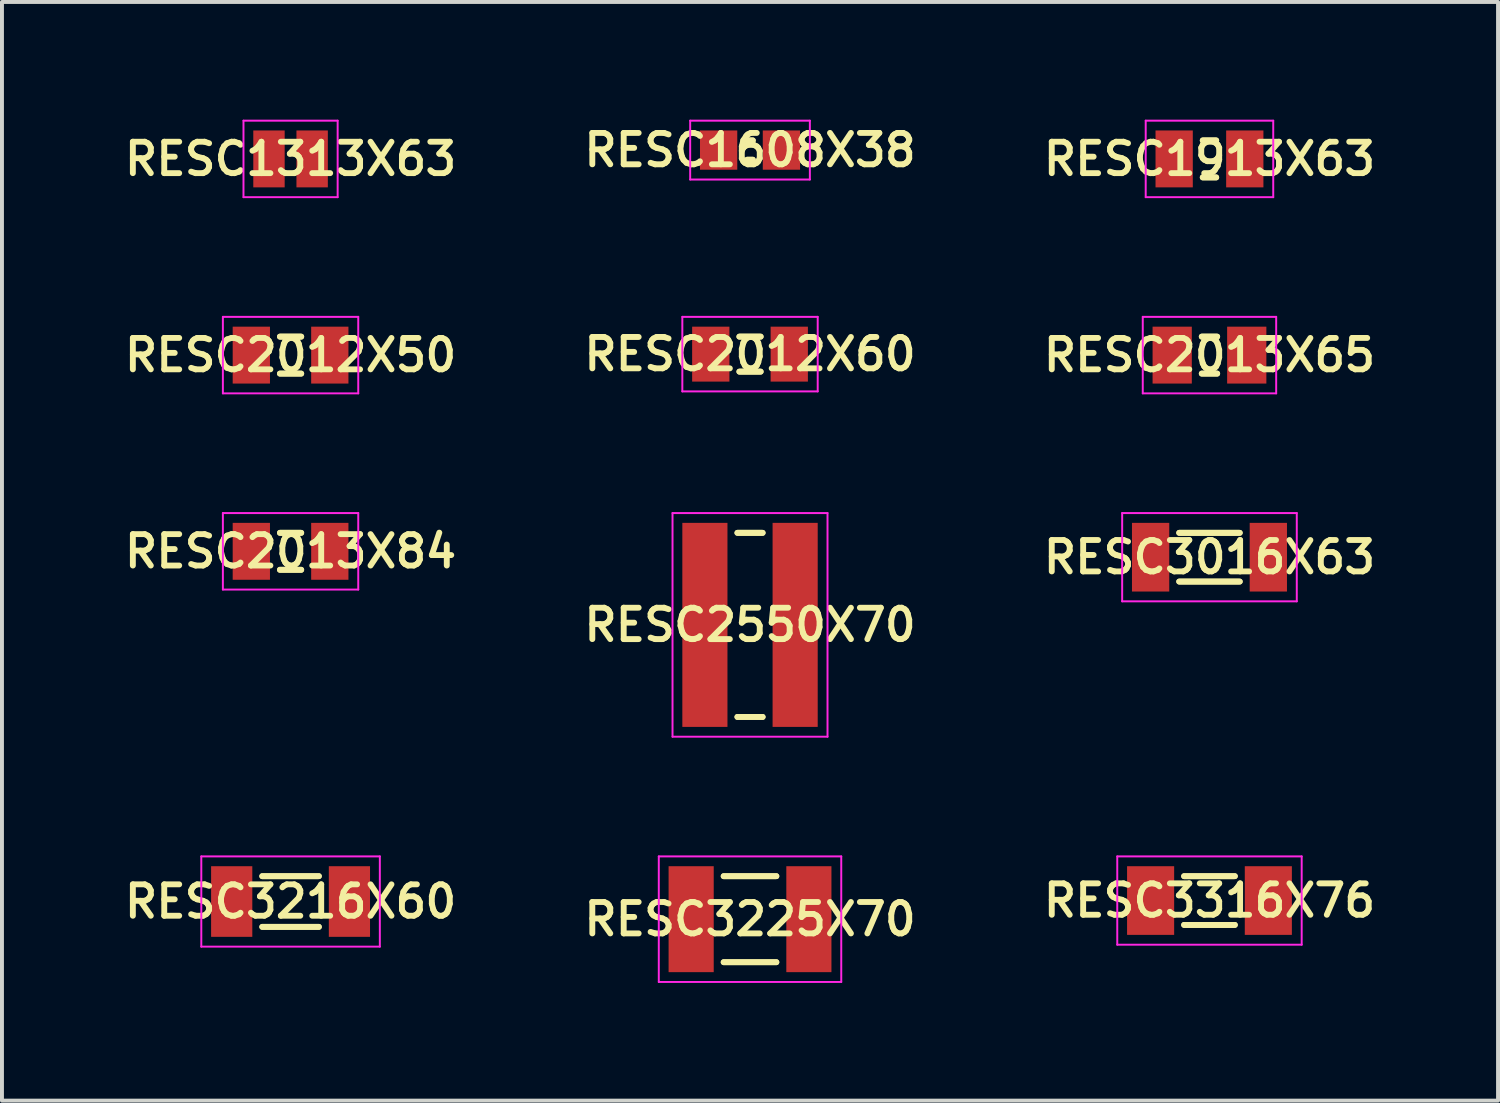
<source format=kicad_pcb>
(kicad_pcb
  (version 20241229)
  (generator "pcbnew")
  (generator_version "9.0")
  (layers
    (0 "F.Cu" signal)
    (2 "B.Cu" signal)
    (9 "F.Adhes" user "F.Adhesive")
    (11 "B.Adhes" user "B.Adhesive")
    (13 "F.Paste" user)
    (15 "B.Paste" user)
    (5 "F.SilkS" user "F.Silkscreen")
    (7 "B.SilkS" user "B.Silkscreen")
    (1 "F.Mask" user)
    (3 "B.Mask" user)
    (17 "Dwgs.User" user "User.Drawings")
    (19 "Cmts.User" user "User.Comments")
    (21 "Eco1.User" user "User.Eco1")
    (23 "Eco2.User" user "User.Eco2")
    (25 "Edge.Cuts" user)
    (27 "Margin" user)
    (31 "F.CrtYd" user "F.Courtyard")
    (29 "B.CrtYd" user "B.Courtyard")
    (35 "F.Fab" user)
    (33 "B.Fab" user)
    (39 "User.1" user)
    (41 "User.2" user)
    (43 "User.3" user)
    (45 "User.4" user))
  (footprint "RESC1913X63"
    (layer "F.Cu")
    (at 27.773 1)
    (property "Reference" "RESC1913X63" (at 0 0 0) (layer "F.SilkS") (effects (font (size 0.8 0.8) (thickness 0.15))))
    (attr smd)
    (fp_line (start -0.171 -0.471) (end 0.171 -0.471) (stroke (width 0.15) (type solid)) (layer "F.SilkS"))
    (fp_line (start -0.171 0.471) (end 0.171 0.471) (stroke (width 0.15) (type solid)) (layer "F.SilkS"))
    (fp_line (start 0.171 -0.471) (end -0.171 -0.471) (stroke (width 0.15) (type solid)) (layer "F.SilkS"))
    (fp_line (start 0.171 0.471) (end -0.171 0.471) (stroke (width 0.15) (type solid)) (layer "F.SilkS"))
    (fp_line (start -1.625 -0.975) (end 1.625 -0.975) (stroke (width 0.05) (type solid)) (layer "F.CrtYd"))
    (fp_line (start -1.625 0.975) (end -1.625 -0.975) (stroke (width 0.05) (type solid)) (layer "F.CrtYd"))
    (fp_line (start 1.625 -0.975) (end 1.625 0.975) (stroke (width 0.05) (type solid)) (layer "F.CrtYd"))
    (fp_line (start 1.625 0.975) (end -1.625 0.975) (stroke (width 0.05) (type solid)) (layer "F.CrtYd"))
    (pad "1" smd rect (at -0.9 0) (size 0.95 1.45) (layers "F.Cu" "F.Mask" "F.Paste"))
    (pad "2" smd rect (at 0.9 0) (size 0.95 1.45) (layers "F.Cu" "F.Mask" "F.Paste")))
  (footprint "RESC3316X76"
    (layer "F.Cu")
    (at 27.773 19.9)
    (property "Reference" "RESC3316X76" (at 0 0 0) (layer "F.SilkS") (effects (font (size 0.8 0.8) (thickness 0.15))))
    (attr smd)
    (fp_line (start -0.646 -0.621) (end 0.646 -0.621) (stroke (width 0.15) (type solid)) (layer "F.SilkS"))
    (fp_line (start -0.646 0.621) (end 0.646 0.621) (stroke (width 0.15) (type solid)) (layer "F.SilkS"))
    (fp_line (start 0.646 -0.621) (end -0.646 -0.621) (stroke (width 0.15) (type solid)) (layer "F.SilkS"))
    (fp_line (start 0.646 0.621) (end -0.646 0.621) (stroke (width 0.15) (type solid)) (layer "F.SilkS"))
    (fp_line (start -2.35 -1.125) (end 2.35 -1.125) (stroke (width 0.05) (type solid)) (layer "F.CrtYd"))
    (fp_line (start -2.35 1.125) (end -2.35 -1.125) (stroke (width 0.05) (type solid)) (layer "F.CrtYd"))
    (fp_line (start 2.35 -1.125) (end 2.35 1.125) (stroke (width 0.05) (type solid)) (layer "F.CrtYd"))
    (fp_line (start 2.35 1.125) (end -2.35 1.125) (stroke (width 0.05) (type solid)) (layer "F.CrtYd"))
    (pad "1" smd rect (at -1.5 0) (size 1.2 1.75) (layers "F.Cu" "F.Mask" "F.Paste"))
    (pad "2" smd rect (at 1.5 0) (size 1.2 1.75) (layers "F.Cu" "F.Mask" "F.Paste")))
  (footprint "RESC3225X70"
    (layer "F.Cu")
    (at 16.064 20.375)
    (property "Reference" "RESC3225X70" (at 0 0 0) (layer "F.SilkS") (effects (font (size 0.8 0.8) (thickness 0.15))))
    (attr smd)
    (fp_line (start -0.671 -1.096) (end 0.671 -1.096) (stroke (width 0.15) (type solid)) (layer "F.SilkS"))
    (fp_line (start -0.671 1.096) (end 0.671 1.096) (stroke (width 0.15) (type solid)) (layer "F.SilkS"))
    (fp_line (start 0.671 -1.096) (end -0.671 -1.096) (stroke (width 0.15) (type solid)) (layer "F.SilkS"))
    (fp_line (start 0.671 1.096) (end -0.671 1.096) (stroke (width 0.15) (type solid)) (layer "F.SilkS"))
    (fp_line (start -2.325 -1.6) (end 2.325 -1.6) (stroke (width 0.05) (type solid)) (layer "F.CrtYd"))
    (fp_line (start -2.325 1.6) (end -2.325 -1.6) (stroke (width 0.05) (type solid)) (layer "F.CrtYd"))
    (fp_line (start 2.325 -1.6) (end 2.325 1.6) (stroke (width 0.05) (type solid)) (layer "F.CrtYd"))
    (fp_line (start 2.325 1.6) (end -2.325 1.6) (stroke (width 0.05) (type solid)) (layer "F.CrtYd"))
    (pad "1" smd rect (at -1.5 0) (size 1.15 2.7) (layers "F.Cu" "F.Mask" "F.Paste"))
    (pad "2" smd rect (at 1.5 0) (size 1.15 2.7) (layers "F.Cu" "F.Mask" "F.Paste")))
  (footprint "RESC1608X38"
    (layer "F.Cu")
    (at 16.064 0.775)
    (property "Reference" "RESC1608X38" (at 0 0 0) (layer "F.SilkS") (effects (font (size 0.8 0.8) (thickness 0.15))))
    (attr smd)
    (fp_line (start -0.071 -0.246) (end 0.071 -0.246) (stroke (width 0.15) (type solid)) (layer "F.SilkS"))
    (fp_line (start -0.071 0.246) (end 0.071 0.246) (stroke (width 0.15) (type solid)) (layer "F.SilkS"))
    (fp_line (start 0.071 -0.246) (end -0.071 -0.246) (stroke (width 0.15) (type solid)) (layer "F.SilkS"))
    (fp_line (start 0.071 0.246) (end -0.071 0.246) (stroke (width 0.15) (type solid)) (layer "F.SilkS"))
    (fp_line (start -1.525 -0.75) (end 1.525 -0.75) (stroke (width 0.05) (type solid)) (layer "F.CrtYd"))
    (fp_line (start -1.525 0.75) (end -1.525 -0.75) (stroke (width 0.05) (type solid)) (layer "F.CrtYd"))
    (fp_line (start 1.525 -0.75) (end 1.525 0.75) (stroke (width 0.05) (type solid)) (layer "F.CrtYd"))
    (fp_line (start 1.525 0.75) (end -1.525 0.75) (stroke (width 0.05) (type solid)) (layer "F.CrtYd"))
    (pad "1" smd rect (at -0.8 0) (size 0.95 1) (layers "F.Cu" "F.Mask" "F.Paste"))
    (pad "2" smd rect (at 0.8 0) (size 0.95 1) (layers "F.Cu" "F.Mask" "F.Paste")))
  (footprint "RESC2550X70"
    (layer "F.Cu")
    (at 16.064 12.875)
    (property "Reference" "RESC2550X70" (at 0 0 0) (layer "F.SilkS") (effects (font (size 0.8 0.8) (thickness 0.15))))
    (attr smd)
    (fp_line (start -0.321 -2.346) (end 0.321 -2.346) (stroke (width 0.15) (type solid)) (layer "F.SilkS"))
    (fp_line (start -0.321 2.346) (end 0.321 2.346) (stroke (width 0.15) (type solid)) (layer "F.SilkS"))
    (fp_line (start 0.321 -2.346) (end -0.321 -2.346) (stroke (width 0.15) (type solid)) (layer "F.SilkS"))
    (fp_line (start 0.321 2.346) (end -0.321 2.346) (stroke (width 0.15) (type solid)) (layer "F.SilkS"))
    (fp_line (start -1.975 -2.85) (end 1.975 -2.85) (stroke (width 0.05) (type solid)) (layer "F.CrtYd"))
    (fp_line (start -1.975 2.85) (end -1.975 -2.85) (stroke (width 0.05) (type solid)) (layer "F.CrtYd"))
    (fp_line (start 1.975 -2.85) (end 1.975 2.85) (stroke (width 0.05) (type solid)) (layer "F.CrtYd"))
    (fp_line (start 1.975 2.85) (end -1.975 2.85) (stroke (width 0.05) (type solid)) (layer "F.CrtYd"))
    (pad "1" smd rect (at -1.15 0) (size 1.15 5.2) (layers "F.Cu" "F.Mask" "F.Paste"))
    (pad "2" smd rect (at 1.15 0) (size 1.15 5.2) (layers "F.Cu" "F.Mask" "F.Paste")))
  (footprint "RESC2012X50"
    (layer "F.Cu")
    (at 4.355 6)
    (property "Reference" "RESC2012X50" (at 0 0 0) (layer "F.SilkS") (effects (font (size 0.8 0.8) (thickness 0.15))))
    (attr smd)
    (fp_line (start -0.271 -0.471) (end 0.271 -0.471) (stroke (width 0.15) (type solid)) (layer "F.SilkS"))
    (fp_line (start -0.271 0.471) (end 0.271 0.471) (stroke (width 0.15) (type solid)) (layer "F.SilkS"))
    (fp_line (start 0.271 -0.471) (end -0.271 -0.471) (stroke (width 0.15) (type solid)) (layer "F.SilkS"))
    (fp_line (start 0.271 0.471) (end -0.271 0.471) (stroke (width 0.15) (type solid)) (layer "F.SilkS"))
    (fp_line (start -1.725 -0.975) (end 1.725 -0.975) (stroke (width 0.05) (type solid)) (layer "F.CrtYd"))
    (fp_line (start -1.725 0.975) (end -1.725 -0.975) (stroke (width 0.05) (type solid)) (layer "F.CrtYd"))
    (fp_line (start 1.725 -0.975) (end 1.725 0.975) (stroke (width 0.05) (type solid)) (layer "F.CrtYd"))
    (fp_line (start 1.725 0.975) (end -1.725 0.975) (stroke (width 0.05) (type solid)) (layer "F.CrtYd"))
    (pad "1" smd rect (at -1 0) (size 0.95 1.45) (layers "F.Cu" "F.Mask" "F.Paste"))
    (pad "2" smd rect (at 1 0) (size 0.95 1.45) (layers "F.Cu" "F.Mask" "F.Paste")))
  (footprint "RESC1313X63"
    (layer "F.Cu")
    (at 4.355 1)
    (property "Reference" "RESC1313X63" (at 0 0 0) (layer "F.SilkS") (effects (font (size 0.8 0.8) (thickness 0.15))))
    (attr smd)
    (fp_line (start -1.2 -0.975) (end 1.2 -0.975) (stroke (width 0.05) (type solid)) (layer "F.CrtYd"))
    (fp_line (start -1.2 0.975) (end -1.2 -0.975) (stroke (width 0.05) (type solid)) (layer "F.CrtYd"))
    (fp_line (start 1.2 -0.975) (end 1.2 0.975) (stroke (width 0.05) (type solid)) (layer "F.CrtYd"))
    (fp_line (start 1.2 0.975) (end -1.2 0.975) (stroke (width 0.05) (type solid)) (layer "F.CrtYd"))
    (pad "1" smd rect (at -0.55 0) (size 0.8 1.45) (layers "F.Cu" "F.Mask" "F.Paste"))
    (pad "2" smd rect (at 0.55 0) (size 0.8 1.45) (layers "F.Cu" "F.Mask" "F.Paste")))
  (footprint "RESC3016X63"
    (layer "F.Cu")
    (at 27.773 11.15)
    (property "Reference" "RESC3016X63" (at 0 0 0) (layer "F.SilkS") (effects (font (size 0.8 0.8) (thickness 0.15))))
    (attr smd)
    (fp_line (start -0.771 -0.621) (end 0.771 -0.621) (stroke (width 0.15) (type solid)) (layer "F.SilkS"))
    (fp_line (start -0.771 0.621) (end 0.771 0.621) (stroke (width 0.15) (type solid)) (layer "F.SilkS"))
    (fp_line (start 0.771 -0.621) (end -0.771 -0.621) (stroke (width 0.15) (type solid)) (layer "F.SilkS"))
    (fp_line (start 0.771 0.621) (end -0.771 0.621) (stroke (width 0.15) (type solid)) (layer "F.SilkS"))
    (fp_line (start -2.225 -1.125) (end 2.225 -1.125) (stroke (width 0.05) (type solid)) (layer "F.CrtYd"))
    (fp_line (start -2.225 1.125) (end -2.225 -1.125) (stroke (width 0.05) (type solid)) (layer "F.CrtYd"))
    (fp_line (start 2.225 -1.125) (end 2.225 1.125) (stroke (width 0.05) (type solid)) (layer "F.CrtYd"))
    (fp_line (start 2.225 1.125) (end -2.225 1.125) (stroke (width 0.05) (type solid)) (layer "F.CrtYd"))
    (pad "1" smd rect (at -1.5 0) (size 0.95 1.75) (layers "F.Cu" "F.Mask" "F.Paste"))
    (pad "2" smd rect (at 1.5 0) (size 0.95 1.75) (layers "F.Cu" "F.Mask" "F.Paste")))
  (footprint "RESC2013X84"
    (layer "F.Cu")
    (at 4.355 11)
    (property "Reference" "RESC2013X84" (at 0 0 0) (layer "F.SilkS") (effects (font (size 0.8 0.8) (thickness 0.15))))
    (attr smd)
    (fp_line (start -0.271 -0.471) (end 0.271 -0.471) (stroke (width 0.15) (type solid)) (layer "F.SilkS"))
    (fp_line (start -0.271 0.471) (end 0.271 0.471) (stroke (width 0.15) (type solid)) (layer "F.SilkS"))
    (fp_line (start 0.271 -0.471) (end -0.271 -0.471) (stroke (width 0.15) (type solid)) (layer "F.SilkS"))
    (fp_line (start 0.271 0.471) (end -0.271 0.471) (stroke (width 0.15) (type solid)) (layer "F.SilkS"))
    (fp_line (start -1.725 -0.975) (end 1.725 -0.975) (stroke (width 0.05) (type solid)) (layer "F.CrtYd"))
    (fp_line (start -1.725 0.975) (end -1.725 -0.975) (stroke (width 0.05) (type solid)) (layer "F.CrtYd"))
    (fp_line (start 1.725 -0.975) (end 1.725 0.975) (stroke (width 0.05) (type solid)) (layer "F.CrtYd"))
    (fp_line (start 1.725 0.975) (end -1.725 0.975) (stroke (width 0.05) (type solid)) (layer "F.CrtYd"))
    (pad "1" smd rect (at -1 0) (size 0.95 1.45) (layers "F.Cu" "F.Mask" "F.Paste"))
    (pad "2" smd rect (at 1 0) (size 0.95 1.45) (layers "F.Cu" "F.Mask" "F.Paste")))
  (footprint "RESC2012X60"
    (layer "F.Cu")
    (at 16.064 5.975)
    (property "Reference" "RESC2012X60" (at 0 0 0) (layer "F.SilkS") (effects (font (size 0.8 0.8) (thickness 0.15))))
    (attr smd)
    (fp_line (start -0.271 -0.446) (end 0.271 -0.446) (stroke (width 0.15) (type solid)) (layer "F.SilkS"))
    (fp_line (start -0.271 0.446) (end 0.271 0.446) (stroke (width 0.15) (type solid)) (layer "F.SilkS"))
    (fp_line (start 0.271 -0.446) (end -0.271 -0.446) (stroke (width 0.15) (type solid)) (layer "F.SilkS"))
    (fp_line (start 0.271 0.446) (end -0.271 0.446) (stroke (width 0.15) (type solid)) (layer "F.SilkS"))
    (fp_line (start -1.725 -0.95) (end 1.725 -0.95) (stroke (width 0.05) (type solid)) (layer "F.CrtYd"))
    (fp_line (start -1.725 0.95) (end -1.725 -0.95) (stroke (width 0.05) (type solid)) (layer "F.CrtYd"))
    (fp_line (start 1.725 -0.95) (end 1.725 0.95) (stroke (width 0.05) (type solid)) (layer "F.CrtYd"))
    (fp_line (start 1.725 0.95) (end -1.725 0.95) (stroke (width 0.05) (type solid)) (layer "F.CrtYd"))
    (pad "1" smd rect (at -1 0) (size 0.95 1.4) (layers "F.Cu" "F.Mask" "F.Paste"))
    (pad "2" smd rect (at 1 0) (size 0.95 1.4) (layers "F.Cu" "F.Mask" "F.Paste")))
  (footprint "RESC2013X65"
    (layer "F.Cu")
    (at 27.773 6)
    (property "Reference" "RESC2013X65" (at 0 0 0) (layer "F.SilkS") (effects (font (size 0.8 0.8) (thickness 0.15))))
    (attr smd)
    (fp_line (start -0.196 -0.471) (end 0.196 -0.471) (stroke (width 0.15) (type solid)) (layer "F.SilkS"))
    (fp_line (start -0.196 0.471) (end 0.196 0.471) (stroke (width 0.15) (type solid)) (layer "F.SilkS"))
    (fp_line (start 0.196 -0.471) (end -0.196 -0.471) (stroke (width 0.15) (type solid)) (layer "F.SilkS"))
    (fp_line (start 0.196 0.471) (end -0.196 0.471) (stroke (width 0.15) (type solid)) (layer "F.SilkS"))
    (fp_line (start -1.7 -0.975) (end 1.7 -0.975) (stroke (width 0.05) (type solid)) (layer "F.CrtYd"))
    (fp_line (start -1.7 0.975) (end -1.7 -0.975) (stroke (width 0.05) (type solid)) (layer "F.CrtYd"))
    (fp_line (start 1.7 -0.975) (end 1.7 0.975) (stroke (width 0.05) (type solid)) (layer "F.CrtYd"))
    (fp_line (start 1.7 0.975) (end -1.7 0.975) (stroke (width 0.05) (type solid)) (layer "F.CrtYd"))
    (pad "1" smd rect (at -0.95 0) (size 1 1.45) (layers "F.Cu" "F.Mask" "F.Paste"))
    (pad "2" smd rect (at 0.95 0) (size 1 1.45) (layers "F.Cu" "F.Mask" "F.Paste")))
  (footprint "RESC3216X60"
    (layer "F.Cu")
    (at 4.355 19.925)
    (property "Reference" "RESC3216X60" (at 0 0 0) (layer "F.SilkS") (effects (font (size 0.8 0.8) (thickness 0.15))))
    (attr smd)
    (fp_line (start -0.721 -0.646) (end 0.721 -0.646) (stroke (width 0.15) (type solid)) (layer "F.SilkS"))
    (fp_line (start -0.721 0.646) (end 0.721 0.646) (stroke (width 0.15) (type solid)) (layer "F.SilkS"))
    (fp_line (start 0.721 -0.646) (end -0.721 -0.646) (stroke (width 0.15) (type solid)) (layer "F.SilkS"))
    (fp_line (start 0.721 0.646) (end -0.721 0.646) (stroke (width 0.15) (type solid)) (layer "F.SilkS"))
    (fp_line (start -2.275 -1.15) (end 2.275 -1.15) (stroke (width 0.05) (type solid)) (layer "F.CrtYd"))
    (fp_line (start -2.275 1.15) (end -2.275 -1.15) (stroke (width 0.05) (type solid)) (layer "F.CrtYd"))
    (fp_line (start 2.275 -1.15) (end 2.275 1.15) (stroke (width 0.05) (type solid)) (layer "F.CrtYd"))
    (fp_line (start 2.275 1.15) (end -2.275 1.15) (stroke (width 0.05) (type solid)) (layer "F.CrtYd"))
    (pad "1" smd rect (at -1.5 0) (size 1.05 1.8) (layers "F.Cu" "F.Mask" "F.Paste"))
    (pad "2" smd rect (at 1.5 0) (size 1.05 1.8) (layers "F.Cu" "F.Mask" "F.Paste")))
  (gr_rect
    (start -3 -3)
    (end 35.127 25)
    (stroke (width 0.1) (type default))
    (fill no)
    (layer "Edge.Cuts")))
</source>
